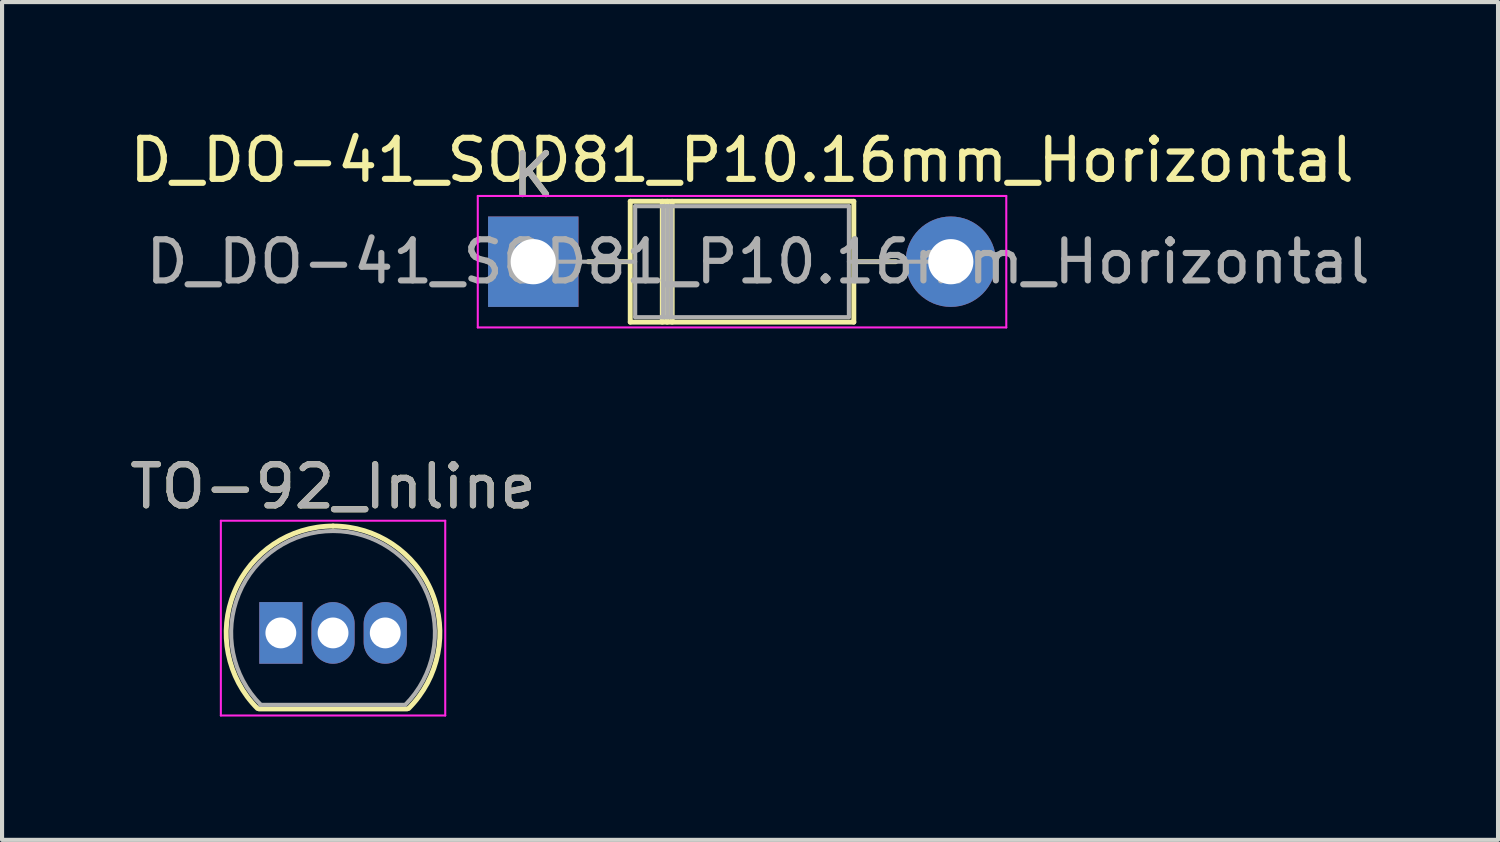
<source format=kicad_pcb>
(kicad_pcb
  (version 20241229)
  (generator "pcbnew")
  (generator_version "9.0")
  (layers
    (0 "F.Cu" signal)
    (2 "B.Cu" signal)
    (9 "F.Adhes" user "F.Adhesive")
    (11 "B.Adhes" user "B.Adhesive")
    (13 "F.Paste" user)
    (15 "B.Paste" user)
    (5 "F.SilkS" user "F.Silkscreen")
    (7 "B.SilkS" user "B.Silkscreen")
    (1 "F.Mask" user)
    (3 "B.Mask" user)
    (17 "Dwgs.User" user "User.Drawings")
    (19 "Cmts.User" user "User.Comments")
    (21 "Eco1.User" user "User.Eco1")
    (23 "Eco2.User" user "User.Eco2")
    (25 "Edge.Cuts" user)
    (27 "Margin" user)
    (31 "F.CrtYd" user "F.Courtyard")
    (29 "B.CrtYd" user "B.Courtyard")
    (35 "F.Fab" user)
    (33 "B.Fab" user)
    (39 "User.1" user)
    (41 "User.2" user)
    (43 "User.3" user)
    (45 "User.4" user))
  (footprint "D_DO-41_SOD81_P10.16mm_Horizontal"
    (layer "F.Cu")
    (at 9.926 3.318)
    (property "Reference" "D_DO-41_SOD81_P10.16mm_Horizontal" (at 5.08 -2.47 0) (layer "F.SilkS") (effects (font (size 1 1) (thickness 0.15))))
    (attr through_hole)
    (fp_line (start 1.34 0) (end 2.36 0) (stroke (width 0.12) (type solid)) (layer "F.SilkS"))
    (fp_line (start 2.36 -1.47) (end 2.36 1.47) (stroke (width 0.12) (type solid)) (layer "F.SilkS"))
    (fp_line (start 2.36 1.47) (end 7.8 1.47) (stroke (width 0.12) (type solid)) (layer "F.SilkS"))
    (fp_line (start 3.14 -1.47) (end 3.14 1.47) (stroke (width 0.12) (type solid)) (layer "F.SilkS"))
    (fp_line (start 3.26 -1.47) (end 3.26 1.47) (stroke (width 0.12) (type solid)) (layer "F.SilkS"))
    (fp_line (start 3.38 -1.47) (end 3.38 1.47) (stroke (width 0.12) (type solid)) (layer "F.SilkS"))
    (fp_line (start 7.8 -1.47) (end 2.36 -1.47) (stroke (width 0.12) (type solid)) (layer "F.SilkS"))
    (fp_line (start 7.8 1.47) (end 7.8 -1.47) (stroke (width 0.12) (type solid)) (layer "F.SilkS"))
    (fp_line (start 8.82 0) (end 7.8 0) (stroke (width 0.12) (type solid)) (layer "F.SilkS"))
    (fp_line (start -1.35 -1.6) (end -1.35 1.6) (stroke (width 0.05) (type solid)) (layer "F.CrtYd"))
    (fp_line (start -1.35 1.6) (end 11.51 1.6) (stroke (width 0.05) (type solid)) (layer "F.CrtYd"))
    (fp_line (start 11.51 -1.6) (end -1.35 -1.6) (stroke (width 0.05) (type solid)) (layer "F.CrtYd"))
    (fp_line (start 11.51 1.6) (end 11.51 -1.6) (stroke (width 0.05) (type solid)) (layer "F.CrtYd"))
    (fp_line (start 0 0) (end 2.48 0) (stroke (width 0.1) (type solid)) (layer "F.Fab"))
    (fp_line (start 2.48 -1.35) (end 2.48 1.35) (stroke (width 0.1) (type solid)) (layer "F.Fab"))
    (fp_line (start 2.48 1.35) (end 7.68 1.35) (stroke (width 0.1) (type solid)) (layer "F.Fab"))
    (fp_line (start 3.16 -1.35) (end 3.16 1.35) (stroke (width 0.1) (type solid)) (layer "F.Fab"))
    (fp_line (start 3.26 -1.35) (end 3.26 1.35) (stroke (width 0.1) (type solid)) (layer "F.Fab"))
    (fp_line (start 3.36 -1.35) (end 3.36 1.35) (stroke (width 0.1) (type solid)) (layer "F.Fab"))
    (fp_line (start 7.68 -1.35) (end 2.48 -1.35) (stroke (width 0.1) (type solid)) (layer "F.Fab"))
    (fp_line (start 7.68 1.35) (end 7.68 -1.35) (stroke (width 0.1) (type solid)) (layer "F.Fab"))
    (fp_line (start 10.16 0) (end 7.68 0) (stroke (width 0.1) (type solid)) (layer "F.Fab"))
    (fp_text user "K" (at 0 -2.1 0) (layer "F.SilkS") (effects (font (size 1 1) (thickness 0.15))))
    (fp_text user "K" (at 0 -2.1 0) (layer "F.Fab") (effects (font (size 1 1) (thickness 0.15))))
    (fp_text user "${REFERENCE}" (at 5.47 0 0) (layer "F.Fab") (effects (font (size 1 1) (thickness 0.15))))
    (pad "1" thru_hole rect (at 0 0) (size 2.2 2.2) (drill 1.1) (layers "*.Cu" "*.Mask"))
    (pad "2" thru_hole oval (at 10.16 0) (size 2.2 2.2) (drill 1.1) (layers "*.Cu" "*.Mask")))
  (footprint "TO-92_Inline"
    (layer "F.Cu")
    (at 3.784 12.351)
    (property "Reference" "TO-92_Inline" (at 1.27 -3.56 0) (layer "F.SilkS") (effects (font (size 1 1) (thickness 0.15))))
    (attr through_hole)
    (fp_line (start -0.53 1.85) (end 3.07 1.85) (stroke (width 0.12) (type solid)) (layer "F.SilkS"))
    (fp_arc (start -0.568478 1.838478) (mid -1.132087 -0.994977) (end 1.27 -2.6) (stroke (width 0.12) (type solid)) (layer "F.SilkS"))
    (fp_arc (start 1.27 -2.6) (mid 3.672087 -0.994977) (end 3.108478 1.838478) (stroke (width 0.12) (type solid)) (layer "F.SilkS"))
    (fp_line (start -1.46 -2.73) (end -1.46 2.01) (stroke (width 0.05) (type solid)) (layer "F.CrtYd"))
    (fp_line (start -1.46 -2.73) (end 4 -2.73) (stroke (width 0.05) (type solid)) (layer "F.CrtYd"))
    (fp_line (start 4 2.01) (end -1.46 2.01) (stroke (width 0.05) (type solid)) (layer "F.CrtYd"))
    (fp_line (start 4 2.01) (end 4 -2.73) (stroke (width 0.05) (type solid)) (layer "F.CrtYd"))
    (fp_line (start -0.5 1.75) (end 3 1.75) (stroke (width 0.1) (type solid)) (layer "F.Fab"))
    (fp_arc (start -0.483625 1.753625) (mid -1.021221 -0.949055) (end 1.27 -2.48) (stroke (width 0.1) (type solid)) (layer "F.Fab"))
    (fp_arc (start 1.27 -2.48) (mid 3.561221 -0.949055) (end 3.023625 1.753625) (stroke (width 0.1) (type solid)) (layer "F.Fab"))
    (fp_text user "${REFERENCE}" (at 1.27 -3.56 0) (layer "F.Fab") (effects (font (size 1 1) (thickness 0.15))))
    (pad "1" thru_hole rect (at 0 0) (size 1.05 1.5) (drill 0.75) (layers "*.Cu" "*.Mask"))
    (pad "2" thru_hole oval (at 1.27 0) (size 1.05 1.5) (drill 0.75) (layers "*.Cu" "*.Mask"))
    (pad "3" thru_hole oval (at 2.54 0) (size 1.05 1.5) (drill 0.75) (layers "*.Cu" "*.Mask")))
  (gr_rect
    (start -3 -3)
    (end 33.402 17.387)
    (stroke (width 0.1) (type default))
    (fill no)
    (layer "Edge.Cuts")))
</source>
